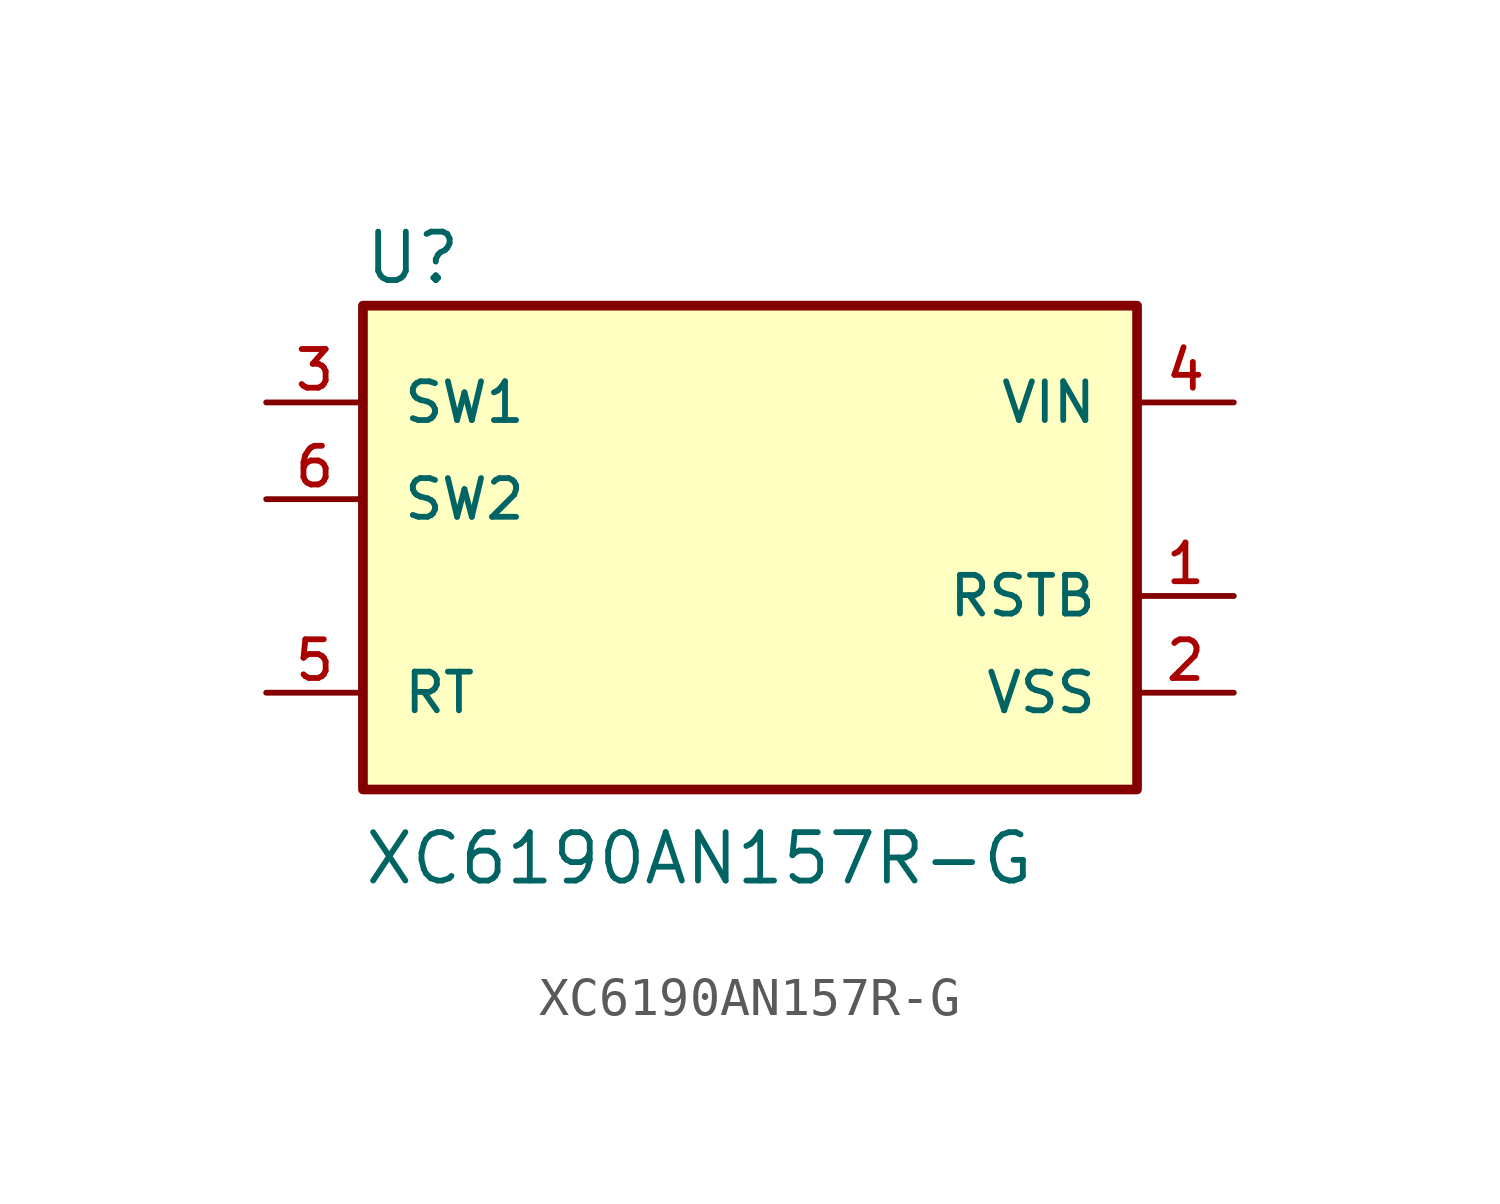
<source format=kicad_sym>
(kicad_symbol_lib
  (version 20211014)
  (generator kicad_symbol_editor)
  (symbol "XC6190AN157R-G"
    (pin_names
      (offset 1.016))
    (property "Reference" "U"
      (at -10.163 5.59 0)
      (effects (font (size 1.27 1.27)) (justify bottom left)))
    (property "Value" "XC6190AN157R-G"
      (at -10.174 -10.174 0)
      (effects (font (size 1.27 1.27)) (justify bottom left)))
    (symbol "XC6190AN157R-G_0_0"
      (rectangle (start -10.16 -7.62) (end 10.16 5.08) (stroke (width 0.254)) (fill (type background)))
      (pin output line (at 12.7 -2.54 180.0) (length 2.54) (name "RSTB" (effects (font (size 1.016 1.016)))) (number "1" (effects (font (size 1.016 1.016)))))
      (pin power_in line (at 12.7 -5.08 180.0) (length 2.54) (name "VSS" (effects (font (size 1.016 1.016)))) (number "2" (effects (font (size 1.016 1.016)))))
      (pin input line (at -12.7 2.54 0) (length 2.54) (name "SW1" (effects (font (size 1.016 1.016)))) (number "3" (effects (font (size 1.016 1.016)))))
      (pin power_in line (at 12.7 2.54 180.0) (length 2.54) (name "VIN" (effects (font (size 1.016 1.016)))) (number "4" (effects (font (size 1.016 1.016)))))
      (pin input line (at -12.7 -5.08 0) (length 2.54) (name "RT" (effects (font (size 1.016 1.016)))) (number "5" (effects (font (size 1.016 1.016)))))
      (pin input line (at -12.7 0.0 0) (length 2.54) (name "SW2" (effects (font (size 1.016 1.016)))) (number "6" (effects (font (size 1.016 1.016))))))))
</source>
